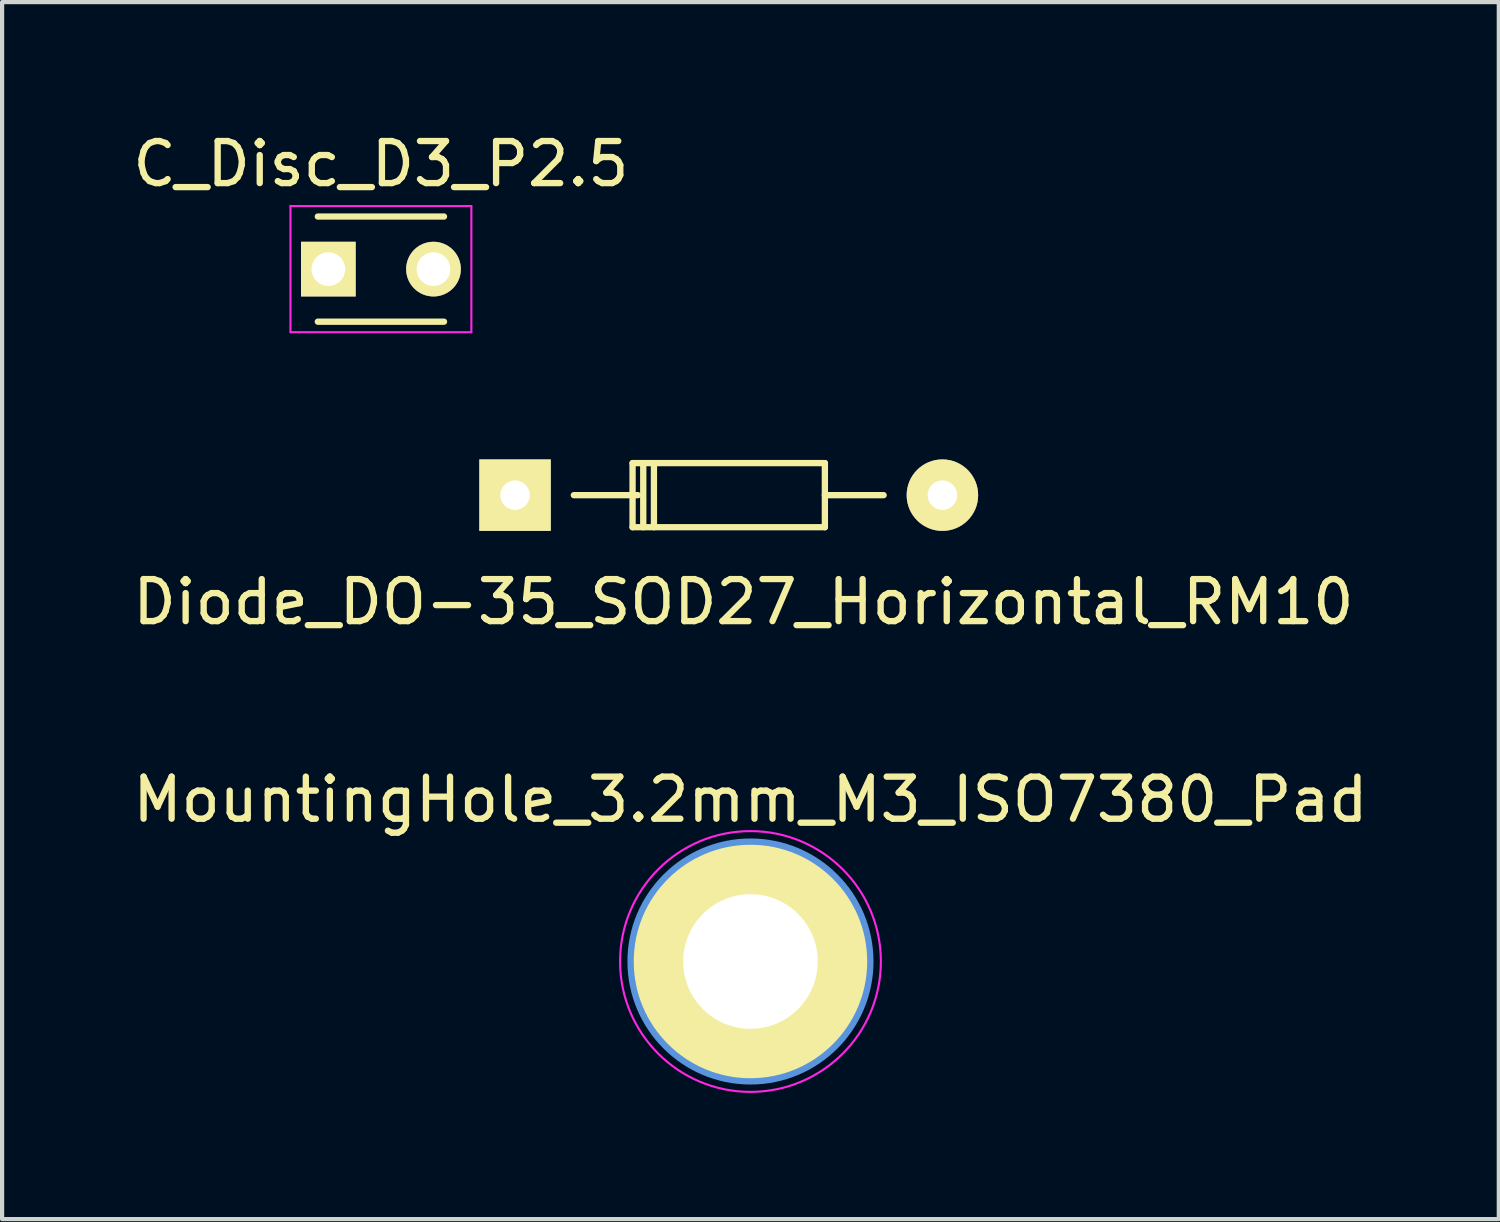
<source format=kicad_pcb>
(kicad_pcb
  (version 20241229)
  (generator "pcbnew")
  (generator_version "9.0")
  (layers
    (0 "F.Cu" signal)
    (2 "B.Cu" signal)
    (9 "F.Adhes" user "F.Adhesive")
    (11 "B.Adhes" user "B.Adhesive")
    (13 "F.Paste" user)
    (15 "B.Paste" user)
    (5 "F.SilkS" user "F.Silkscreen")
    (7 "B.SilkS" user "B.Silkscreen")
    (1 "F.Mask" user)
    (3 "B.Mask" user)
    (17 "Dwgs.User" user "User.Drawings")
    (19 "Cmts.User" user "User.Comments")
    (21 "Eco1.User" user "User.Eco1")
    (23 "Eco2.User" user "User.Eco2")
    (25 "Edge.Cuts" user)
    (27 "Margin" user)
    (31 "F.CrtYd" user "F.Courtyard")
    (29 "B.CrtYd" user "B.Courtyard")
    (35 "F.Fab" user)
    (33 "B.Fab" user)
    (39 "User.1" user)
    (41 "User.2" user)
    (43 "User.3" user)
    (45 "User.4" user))
  (footprint "MountingHole_3.2mm_M3_ISO7380_Pad"
    (layer "F.Cu")
    (at 14.792 19.809)
    (property "Reference" "MountingHole_3.2mm_M3_ISO7380_Pad" (at 0 -3.85 0) (layer "F.SilkS") (effects (font (size 1 1) (thickness 0.15))))
    (attr through_hole)
    (fp_circle (center 0 0) (end 2.85 0) (stroke (width 0.15) (type solid)) (fill no) (layer "Cmts.User"))
    (fp_circle (center 0 0) (end 3.1 0) (stroke (width 0.05) (type solid)) (fill no) (layer "F.CrtYd"))
    (pad "1" thru_hole circle (at 0 0) (size 5.7 5.7) (drill 3.2) (layers "*.Cu" "*.Mask" "F.SilkS")))
  (footprint "C_Disc_D3_P2.5"
    (layer "F.Cu")
    (at 4.756 3.348)
    (property "Reference" "C_Disc_D3_P2.5" (at 1.25 -2.5 0) (layer "F.SilkS") (effects (font (size 1 1) (thickness 0.15))))
    (attr through_hole)
    (fp_line (start -0.25 -1.25) (end 2.75 -1.25) (stroke (width 0.15) (type solid)) (layer "F.SilkS"))
    (fp_line (start 2.75 1.25) (end -0.25 1.25) (stroke (width 0.15) (type solid)) (layer "F.SilkS"))
    (fp_line (start -0.9 -1.5) (end 3.4 -1.5) (stroke (width 0.05) (type solid)) (layer "F.CrtYd"))
    (fp_line (start -0.9 1.5) (end -0.9 -1.5) (stroke (width 0.05) (type solid)) (layer "F.CrtYd"))
    (fp_line (start 3.4 -1.5) (end 3.4 1.5) (stroke (width 0.05) (type solid)) (layer "F.CrtYd"))
    (fp_line (start 3.4 1.5) (end -0.9 1.5) (stroke (width 0.05) (type solid)) (layer "F.CrtYd"))
    (pad "1" thru_hole rect (at 0 0) (size 1.3 1.3) (drill 0.8) (layers "*.Cu" "*.Mask" "F.SilkS"))
    (pad "2" thru_hole circle (at 2.5 0) (size 1.3 1.3) (drill 0.8) (layers "*.Cu" "*.Mask" "F.SilkS")))
  (footprint "Diode_DO-35_SOD27_Horizontal_RM10"
    (placed yes)
    (layer "F.Cu")
    (at 9.194 8.725)
    (property "Reference" "Diode_DO-35_SOD27_Horizontal_RM10" (at 5.431 2.537 0) (layer "F.SilkS") (effects (font (size 1 1) (thickness 0.15))))
    (attr through_hole)
    (fp_line (start 2.795 -0.765) (end 2.795 -0.003) (stroke (width 0.15) (type solid)) (layer "F.SilkS"))
    (fp_line (start 2.795 -0.003) (end 2.795 0.759) (stroke (width 0.15) (type solid)) (layer "F.SilkS"))
    (fp_line (start 2.795 0.759) (end 7.367 0.759) (stroke (width 0.15) (type solid)) (layer "F.SilkS"))
    (fp_line (start 2.922 -0.003) (end 1.398 -0.003) (stroke (width 0.15) (type solid)) (layer "F.SilkS"))
    (fp_line (start 3.049 -0.765) (end 3.049 0.759) (stroke (width 0.15) (type solid)) (layer "F.SilkS"))
    (fp_line (start 3.303 -0.765) (end 3.303 0.759) (stroke (width 0.15) (type solid)) (layer "F.SilkS"))
    (fp_line (start 7.367 -0.765) (end 2.795 -0.765) (stroke (width 0.15) (type solid)) (layer "F.SilkS"))
    (fp_line (start 7.367 -0.003) (end 8.764 -0.003) (stroke (width 0.15) (type solid)) (layer "F.SilkS"))
    (fp_line (start 7.367 0.759) (end 7.367 -0.765) (stroke (width 0.15) (type solid)) (layer "F.SilkS"))
    (pad "1" thru_hole rect (at 0.001 -0.003 180) (size 1.699 1.699) (drill 0.701) (layers "*.Cu" "*.Mask" "F.SilkS"))
    (pad "2" thru_hole circle (at 10.161 -0.003 180) (size 1.699 1.699) (drill 0.701) (layers "*.Cu" "*.Mask" "F.SilkS")))
  (gr_rect
    (start -3 -3)
    (end 32.583 25.934)
    (stroke (width 0.1) (type default))
    (fill no)
    (layer "Edge.Cuts")))
</source>
